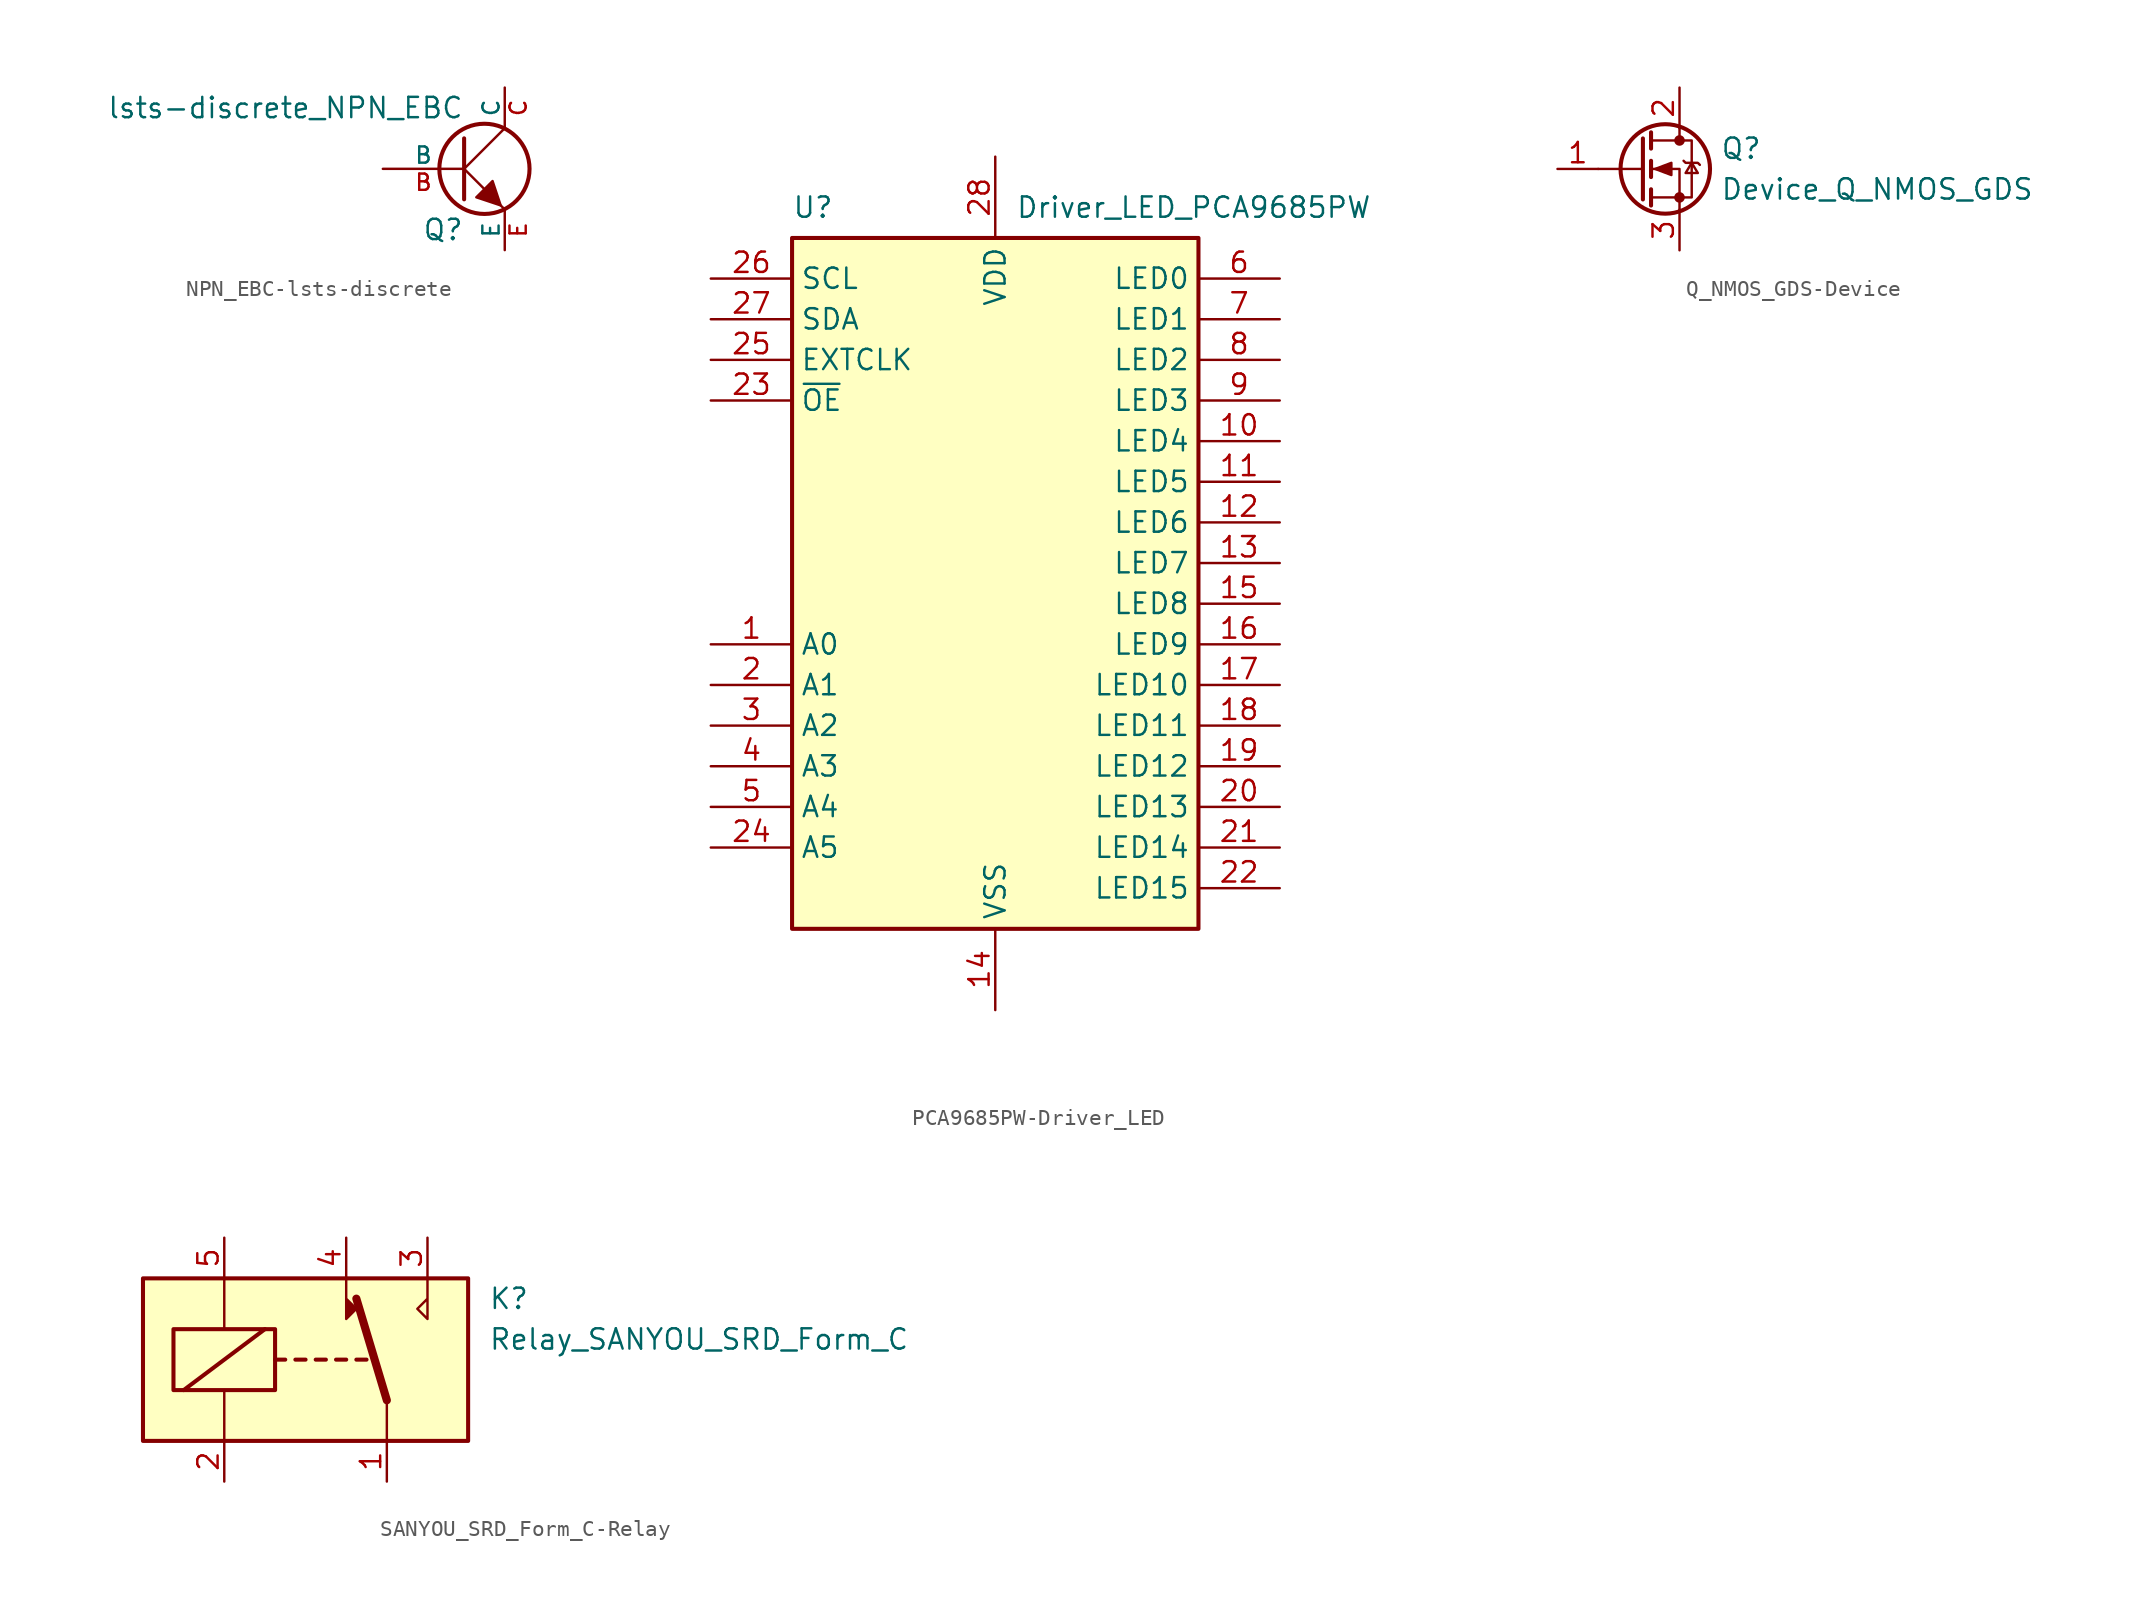
<source format=kicad_sym>
(kicad_symbol_lib
  (version 20220914)
  (generator kicad_symbol_editor)
  (symbol "NPN_EBC-lsts-discrete"
    (pin_names
      (offset 0))
    (property "Reference" "Q"
      (at 0 -3.81 0)
      (effects (font (size 1.27 1.27)) (justify right)))
    (property "Value" "lsts-discrete_NPN_EBC"
      (at 0 3.81 0)
      (effects (font (size 1.27 1.27)) (justify right)))
    (property "Footprint" ""
      (at 0 0 0)
      (effects (font (size 1.524 1.524))))
    (property "Datasheet" ""
      (at 0 0 0)
      (effects (font (size 1.524 1.524))))
    (symbol "NPN_EBC-lsts-discrete_0_1"
      (polyline (pts (xy 0 0) (xy 2.54 2.54)) (stroke (width 0) (type solid)) (fill (type none)))
      (polyline (pts (xy 0 1.905) (xy 0 -1.905) (xy 0 -1.905)) (stroke (width 0.254) (type solid)) (fill (type none)))
      (polyline (pts (xy 1.27 -1.27) (xy 0 0) (xy 0 0)) (stroke (width 0) (type solid)) (fill (type none)))
      (polyline (pts (xy 2.286 -2.286) (xy 2.54 -2.54) (xy 2.54 -2.54)) (stroke (width 0) (type solid)) (fill (type none)))
      (polyline (pts (xy 2.286 -2.286) (xy 1.778 -0.762) (xy 0.762 -1.778) (xy 2.286 -2.286) (xy 2.286 -2.286)) (stroke (width 0) (type solid)) (fill (type outline)))
      (circle (center 1.27 0) (radius 2.819) (stroke (width 0.254) (type solid)) (fill (type none))))
    (symbol "NPN_EBC-lsts-discrete_1_1"
      (pin input line (at -5.08 0 0) (length 5.08) (name "B" (effects (font (size 1.016 1.016)))) (number "B" (effects (font (size 1.016 1.016)))))
      (pin passive line (at 2.54 5.08 270) (length 2.54) (name "C" (effects (font (size 1.016 1.016)))) (number "C" (effects (font (size 1.016 1.016)))))
      (pin passive line (at 2.54 -5.08 90) (length 2.54) (name "E" (effects (font (size 1.016 1.016)))) (number "E" (effects (font (size 1.016 1.016)))))))
  (symbol "PCA9685PW-Driver_LED"
    (property "Reference" "U"
      (at -12.7 22.225 0)
      (effects (font (size 1.27 1.27)) (justify left)))
    (property "Value" "Driver_LED_PCA9685PW"
      (at 1.27 22.225 0)
      (effects (font (size 1.27 1.27)) (justify left)))
    (symbol "PCA9685PW-Driver_LED_0_1"
      (rectangle (start -12.7 20.32) (end 12.7 -22.86) (stroke (width 0.254) (type solid)) (fill (type background))))
    (symbol "PCA9685PW-Driver_LED_1_1"
      (pin input line (at -17.78 -5.08 0) (length 5.08) (name "A0" (effects (font (size 1.27 1.27)))) (number "1" (effects (font (size 1.27 1.27)))))
      (pin output line (at 17.78 7.62 180) (length 5.08) (name "LED4" (effects (font (size 1.27 1.27)))) (number "10" (effects (font (size 1.27 1.27)))))
      (pin output line (at 17.78 5.08 180) (length 5.08) (name "LED5" (effects (font (size 1.27 1.27)))) (number "11" (effects (font (size 1.27 1.27)))))
      (pin output line (at 17.78 2.54 180) (length 5.08) (name "LED6" (effects (font (size 1.27 1.27)))) (number "12" (effects (font (size 1.27 1.27)))))
      (pin output line (at 17.78 0 180) (length 5.08) (name "LED7" (effects (font (size 1.27 1.27)))) (number "13" (effects (font (size 1.27 1.27)))))
      (pin power_in line (at 0 -27.94 90) (length 5.08) (name "VSS" (effects (font (size 1.27 1.27)))) (number "14" (effects (font (size 1.27 1.27)))))
      (pin output line (at 17.78 -2.54 180) (length 5.08) (name "LED8" (effects (font (size 1.27 1.27)))) (number "15" (effects (font (size 1.27 1.27)))))
      (pin output line (at 17.78 -5.08 180) (length 5.08) (name "LED9" (effects (font (size 1.27 1.27)))) (number "16" (effects (font (size 1.27 1.27)))))
      (pin output line (at 17.78 -7.62 180) (length 5.08) (name "LED10" (effects (font (size 1.27 1.27)))) (number "17" (effects (font (size 1.27 1.27)))))
      (pin output line (at 17.78 -10.16 180) (length 5.08) (name "LED11" (effects (font (size 1.27 1.27)))) (number "18" (effects (font (size 1.27 1.27)))))
      (pin output line (at 17.78 -12.7 180) (length 5.08) (name "LED12" (effects (font (size 1.27 1.27)))) (number "19" (effects (font (size 1.27 1.27)))))
      (pin input line (at -17.78 -7.62 0) (length 5.08) (name "A1" (effects (font (size 1.27 1.27)))) (number "2" (effects (font (size 1.27 1.27)))))
      (pin output line (at 17.78 -15.24 180) (length 5.08) (name "LED13" (effects (font (size 1.27 1.27)))) (number "20" (effects (font (size 1.27 1.27)))))
      (pin output line (at 17.78 -17.78 180) (length 5.08) (name "LED14" (effects (font (size 1.27 1.27)))) (number "21" (effects (font (size 1.27 1.27)))))
      (pin output line (at 17.78 -20.32 180) (length 5.08) (name "LED15" (effects (font (size 1.27 1.27)))) (number "22" (effects (font (size 1.27 1.27)))))
      (pin input line (at -17.78 10.16 0) (length 5.08) (name "~{OE}" (effects (font (size 1.27 1.27)))) (number "23" (effects (font (size 1.27 1.27)))))
      (pin input line (at -17.78 -17.78 0) (length 5.08) (name "A5" (effects (font (size 1.27 1.27)))) (number "24" (effects (font (size 1.27 1.27)))))
      (pin input line (at -17.78 12.7 0) (length 5.08) (name "EXTCLK" (effects (font (size 1.27 1.27)))) (number "25" (effects (font (size 1.27 1.27)))))
      (pin input line (at -17.78 17.78 0) (length 5.08) (name "SCL" (effects (font (size 1.27 1.27)))) (number "26" (effects (font (size 1.27 1.27)))))
      (pin bidirectional line (at -17.78 15.24 0) (length 5.08) (name "SDA" (effects (font (size 1.27 1.27)))) (number "27" (effects (font (size 1.27 1.27)))))
      (pin power_in line (at 0 25.4 270) (length 5.08) (name "VDD" (effects (font (size 1.27 1.27)))) (number "28" (effects (font (size 1.27 1.27)))))
      (pin input line (at -17.78 -10.16 0) (length 5.08) (name "A2" (effects (font (size 1.27 1.27)))) (number "3" (effects (font (size 1.27 1.27)))))
      (pin input line (at -17.78 -12.7 0) (length 5.08) (name "A3" (effects (font (size 1.27 1.27)))) (number "4" (effects (font (size 1.27 1.27)))))
      (pin input line (at -17.78 -15.24 0) (length 5.08) (name "A4" (effects (font (size 1.27 1.27)))) (number "5" (effects (font (size 1.27 1.27)))))
      (pin output line (at 17.78 17.78 180) (length 5.08) (name "LED0" (effects (font (size 1.27 1.27)))) (number "6" (effects (font (size 1.27 1.27)))))
      (pin output line (at 17.78 15.24 180) (length 5.08) (name "LED1" (effects (font (size 1.27 1.27)))) (number "7" (effects (font (size 1.27 1.27)))))
      (pin output line (at 17.78 12.7 180) (length 5.08) (name "LED2" (effects (font (size 1.27 1.27)))) (number "8" (effects (font (size 1.27 1.27)))))
      (pin output line (at 17.78 10.16 180) (length 5.08) (name "LED3" (effects (font (size 1.27 1.27)))) (number "9" (effects (font (size 1.27 1.27)))))))
  (symbol "Q_NMOS_GDS-Device"
    (pin_names
      (offset 0) hide)
    (property "Reference" "Q"
      (at 5.08 1.27 0)
      (effects (font (size 1.27 1.27)) (justify left)))
    (property "Value" "Device_Q_NMOS_GDS"
      (at 5.08 -1.27 0)
      (effects (font (size 1.27 1.27)) (justify left)))
    (symbol "Q_NMOS_GDS-Device_0_1"
      (polyline (pts (xy 0.254 0) (xy -2.54 0)) (stroke (width 0) (type solid)) (fill (type none)))
      (polyline (pts (xy 0.254 1.905) (xy 0.254 -1.905)) (stroke (width 0.254) (type solid)) (fill (type none)))
      (polyline (pts (xy 0.762 -1.27) (xy 0.762 -2.286)) (stroke (width 0.254) (type solid)) (fill (type none)))
      (polyline (pts (xy 0.762 0.508) (xy 0.762 -0.508)) (stroke (width 0.254) (type solid)) (fill (type none)))
      (polyline (pts (xy 0.762 2.286) (xy 0.762 1.27)) (stroke (width 0.254) (type solid)) (fill (type none)))
      (polyline (pts (xy 2.54 2.54) (xy 2.54 1.778)) (stroke (width 0) (type solid)) (fill (type none)))
      (polyline (pts (xy 2.54 -2.54) (xy 2.54 0) (xy 0.762 0)) (stroke (width 0) (type solid)) (fill (type none)))
      (polyline (pts (xy 0.762 -1.778) (xy 3.302 -1.778) (xy 3.302 1.778) (xy 0.762 1.778)) (stroke (width 0) (type solid)) (fill (type none)))
      (polyline (pts (xy 1.016 0) (xy 2.032 0.381) (xy 2.032 -0.381) (xy 1.016 0)) (stroke (width 0) (type solid)) (fill (type outline)))
      (polyline (pts (xy 2.794 0.508) (xy 2.921 0.381) (xy 3.683 0.381) (xy 3.81 0.254)) (stroke (width 0) (type solid)) (fill (type none)))
      (polyline (pts (xy 3.302 0.381) (xy 2.921 -0.254) (xy 3.683 -0.254) (xy 3.302 0.381)) (stroke (width 0) (type solid)) (fill (type none)))
      (circle (center 1.651 0) (radius 2.794) (stroke (width 0.254) (type solid)) (fill (type none)))
      (circle (center 2.54 -1.778) (radius 0.254) (stroke (width 0) (type solid)) (fill (type outline)))
      (circle (center 2.54 1.778) (radius 0.254) (stroke (width 0) (type solid)) (fill (type outline))))
    (symbol "Q_NMOS_GDS-Device_1_1"
      (pin input line (at -5.08 0 0) (length 2.54) (name "G" (effects (font (size 1.27 1.27)))) (number "1" (effects (font (size 1.27 1.27)))))
      (pin passive line (at 2.54 5.08 270) (length 2.54) (name "D" (effects (font (size 1.27 1.27)))) (number "2" (effects (font (size 1.27 1.27)))))
      (pin passive line (at 2.54 -5.08 90) (length 2.54) (name "S" (effects (font (size 1.27 1.27)))) (number "3" (effects (font (size 1.27 1.27)))))))
  (symbol "SANYOU_SRD_Form_C-Relay"
    (property "Reference" "K"
      (at 11.43 3.81 0)
      (effects (font (size 1.27 1.27)) (justify left)))
    (property "Value" "Relay_SANYOU_SRD_Form_C"
      (at 11.43 1.27 0)
      (effects (font (size 1.27 1.27)) (justify left)))
    (symbol "SANYOU_SRD_Form_C-Relay_0_0"
      (polyline (pts (xy 7.62 5.08) (xy 7.62 2.54) (xy 6.985 3.175) (xy 7.62 3.81)) (stroke (width 0) (type solid)) (fill (type none))))
    (symbol "SANYOU_SRD_Form_C-Relay_0_1"
      (rectangle (start -10.16 5.08) (end 10.16 -5.08) (stroke (width 0.254) (type solid)) (fill (type background)))
      (rectangle (start -8.255 1.905) (end -1.905 -1.905) (stroke (width 0.254) (type solid)) (fill (type none)))
      (polyline (pts (xy -7.62 -1.905) (xy -2.54 1.905)) (stroke (width 0.254) (type solid)) (fill (type none)))
      (polyline (pts (xy -5.08 -5.08) (xy -5.08 -1.905)) (stroke (width 0) (type solid)) (fill (type none)))
      (polyline (pts (xy -5.08 5.08) (xy -5.08 1.905)) (stroke (width 0) (type solid)) (fill (type none)))
      (polyline (pts (xy -1.905 0) (xy -1.27 0)) (stroke (width 0.254) (type solid)) (fill (type none)))
      (polyline (pts (xy -0.635 0) (xy 0 0)) (stroke (width 0.254) (type solid)) (fill (type none)))
      (polyline (pts (xy 0.635 0) (xy 1.27 0)) (stroke (width 0.254) (type solid)) (fill (type none)))
      (polyline (pts (xy 1.905 0) (xy 2.54 0)) (stroke (width 0.254) (type solid)) (fill (type none)))
      (polyline (pts (xy 3.175 0) (xy 3.81 0)) (stroke (width 0.254) (type solid)) (fill (type none)))
      (polyline (pts (xy 5.08 -2.54) (xy 3.175 3.81)) (stroke (width 0.508) (type solid)) (fill (type none)))
      (polyline (pts (xy 5.08 -2.54) (xy 5.08 -5.08)) (stroke (width 0) (type solid)) (fill (type none))))
    (symbol "SANYOU_SRD_Form_C-Relay_1_1"
      (polyline (pts (xy 2.54 3.81) (xy 3.175 3.175) (xy 2.54 2.54) (xy 2.54 5.08)) (stroke (width 0) (type solid)) (fill (type outline)))
      (pin passive line (at 5.08 -7.62 90) (length 2.54) (name "~" (effects (font (size 1.27 1.27)))) (number "1" (effects (font (size 1.27 1.27)))))
      (pin passive line (at -5.08 -7.62 90) (length 2.54) (name "~" (effects (font (size 1.27 1.27)))) (number "2" (effects (font (size 1.27 1.27)))))
      (pin passive line (at 7.62 7.62 270) (length 2.54) (name "~" (effects (font (size 1.27 1.27)))) (number "3" (effects (font (size 1.27 1.27)))))
      (pin passive line (at 2.54 7.62 270) (length 2.54) (name "~" (effects (font (size 1.27 1.27)))) (number "4" (effects (font (size 1.27 1.27)))))
      (pin passive line (at -5.08 7.62 270) (length 2.54) (name "~" (effects (font (size 1.27 1.27)))) (number "5" (effects (font (size 1.27 1.27))))))))
</source>
